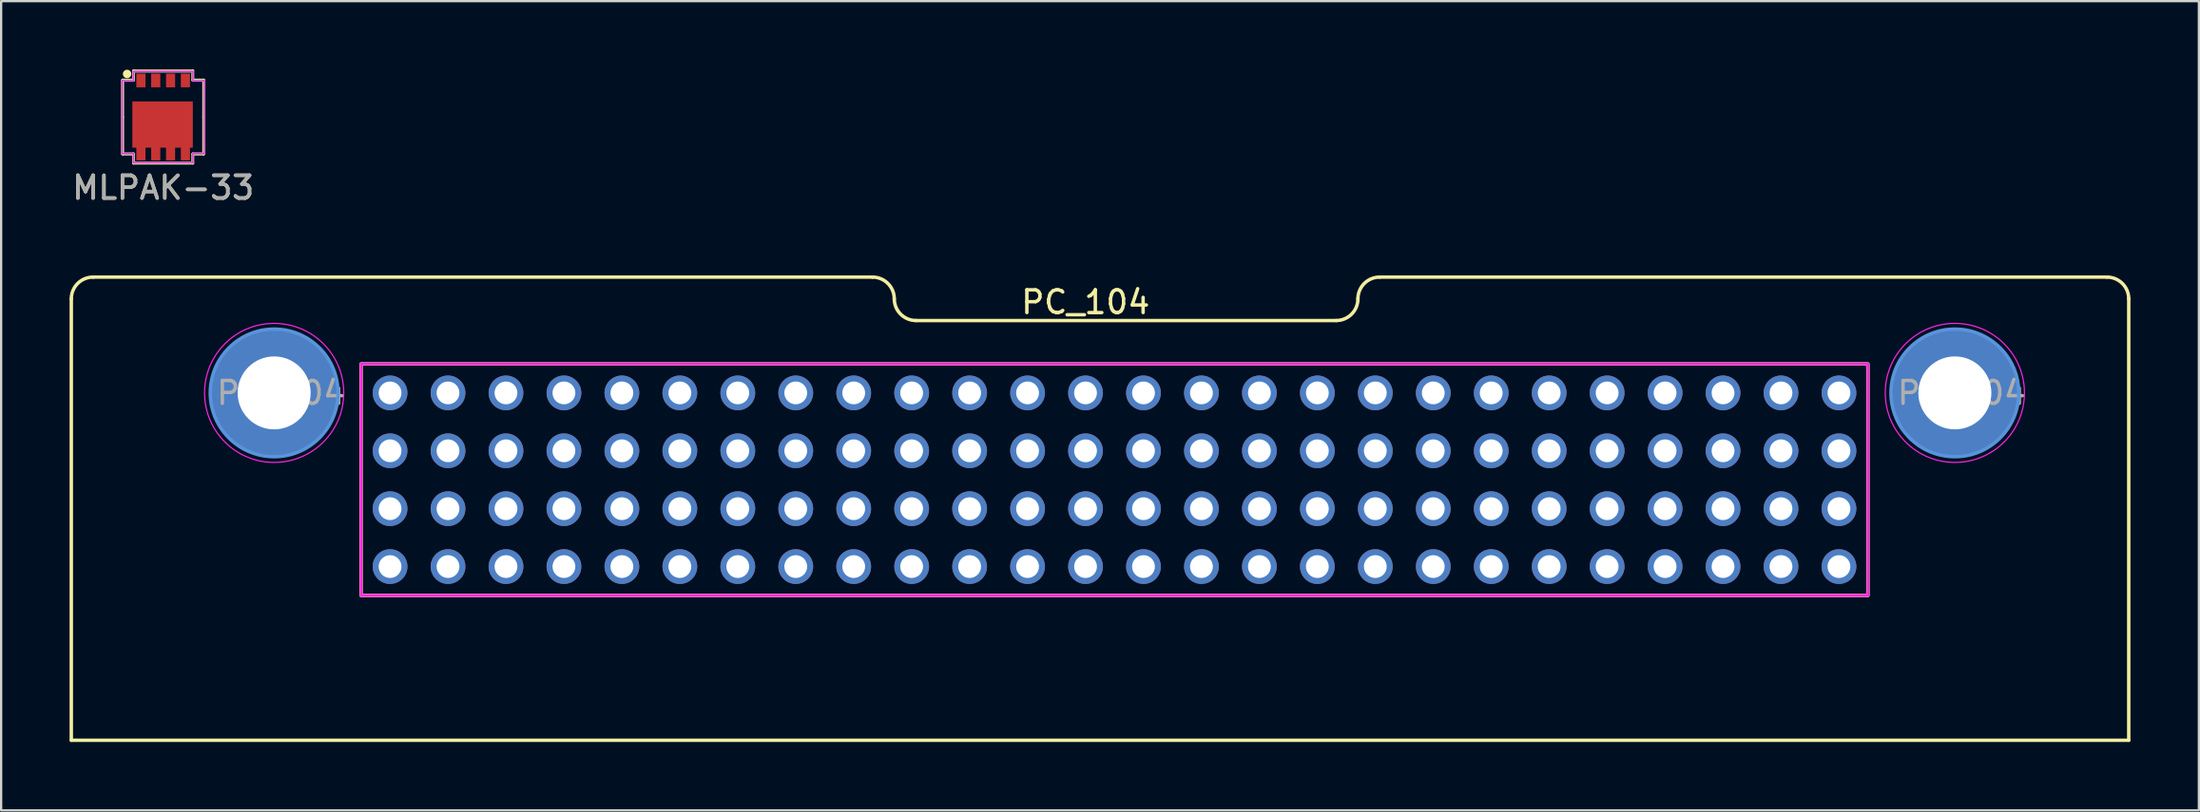
<source format=kicad_pcb>
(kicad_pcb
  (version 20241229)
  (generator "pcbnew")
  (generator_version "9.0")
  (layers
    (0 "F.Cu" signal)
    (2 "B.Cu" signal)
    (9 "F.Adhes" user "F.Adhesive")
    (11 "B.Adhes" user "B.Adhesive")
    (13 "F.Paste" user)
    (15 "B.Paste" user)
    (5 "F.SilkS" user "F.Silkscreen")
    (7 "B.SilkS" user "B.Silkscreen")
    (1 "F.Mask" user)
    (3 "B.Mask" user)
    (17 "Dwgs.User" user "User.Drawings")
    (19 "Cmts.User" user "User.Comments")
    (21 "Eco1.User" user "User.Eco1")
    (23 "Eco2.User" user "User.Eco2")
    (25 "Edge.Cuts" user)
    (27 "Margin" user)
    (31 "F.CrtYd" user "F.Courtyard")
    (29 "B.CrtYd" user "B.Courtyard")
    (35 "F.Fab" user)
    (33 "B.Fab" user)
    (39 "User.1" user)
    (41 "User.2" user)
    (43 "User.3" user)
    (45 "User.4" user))
  (footprint "PC_104"
    (layer "F.Cu")
    (at 47.065 17.998)
    (property "Reference" "PC_104" (at -2.54 -7.79 0) (unlocked yes) (layer "F.SilkS") (effects (font (size 1 1) (thickness 0.15))))
    (attr through_hole)
    (fp_line (start -46.99 -7.938) (end -46.99 11.43) (stroke (width 0.15) (type solid)) (layer "F.SilkS"))
    (fp_line (start -46.99 11.43) (end 43.18 11.43) (stroke (width 0.15) (type solid)) (layer "F.SilkS"))
    (fp_line (start -46.038 -8.89) (end -11.874 -8.89) (stroke (width 0.15) (type solid)) (layer "F.SilkS"))
    (fp_line (start -9.97 -6.985) (end 8.445 -6.985) (stroke (width 0.15) (type solid)) (layer "F.SilkS"))
    (fp_line (start 10.351 -8.89) (end 42.227 -8.89) (stroke (width 0.15) (type solid)) (layer "F.SilkS"))
    (fp_line (start 43.18 -7.938) (end 43.18 11.43) (stroke (width 0.15) (type solid)) (layer "F.SilkS"))
    (fp_rect (start -34.29 -5.08) (end 31.75 5.08) (stroke (width 0.15) (type solid)) (fill no) (layer "F.SilkS"))
    (fp_arc (start -46.99 -7.9375) (mid -46.711019 -8.611019) (end -46.0375 -8.89) (stroke (width 0.15) (type solid)) (layer "F.SilkS"))
    (fp_arc (start -11.8745 -8.89) (mid -11.200981 -8.611019) (end -10.922 -7.9375) (stroke (width 0.15) (type solid)) (layer "F.SilkS"))
    (fp_arc (start -9.9695 -6.985) (mid -10.643019 -7.263981) (end -10.922 -7.9375) (stroke (width 0.15) (type solid)) (layer "F.SilkS"))
    (fp_arc (start 9.398 -7.9375) (mid 9.119019 -7.263981) (end 8.4455 -6.985) (stroke (width 0.15) (type solid)) (layer "F.SilkS"))
    (fp_arc (start 9.398 -7.9375) (mid 9.676981 -8.611019) (end 10.3505 -8.89) (stroke (width 0.15) (type solid)) (layer "F.SilkS"))
    (fp_arc (start 42.2275 -8.89) (mid 42.901019 -8.611019) (end 43.18 -7.9375) (stroke (width 0.15) (type solid)) (layer "F.SilkS"))
    (fp_circle (center -38.1 -3.81) (end -35.3 -3.81) (stroke (width 0.15) (type solid)) (fill no) (layer "Cmts.User"))
    (fp_circle (center 35.56 -3.81) (end 38.36 -3.81) (stroke (width 0.15) (type solid)) (fill no) (layer "Cmts.User"))
    (fp_rect (start -34.29 -5.08) (end 31.75 5.08) (stroke (width 0.12) (type solid)) (fill no) (layer "F.CrtYd"))
    (fp_circle (center -38.1 -3.81) (end -35.05 -3.81) (stroke (width 0.05) (type solid)) (fill no) (layer "F.CrtYd"))
    (fp_circle (center 35.56 -3.81) (end 38.61 -3.81) (stroke (width 0.05) (type solid)) (fill no) (layer "F.CrtYd"))
    (fp_text user "${REFERENCE}" (at -37.8 -3.81 0) (layer "F.Fab") (effects (font (size 1 1) (thickness 0.15))))
    (fp_text user "${REFERENCE}" (at 35.86 -3.81 0) (layer "F.Fab") (effects (font (size 1 1) (thickness 0.15))))
    (pad "1" thru_hole circle (at -33.02 3.81) (size 1.524 1.524) (drill 1) (layers "*.Cu" "*.Mask"))
    (pad "2" thru_hole circle (at -33.02 1.27) (size 1.524 1.524) (drill 1) (layers "*.Cu" "*.Mask"))
    (pad "3" thru_hole circle (at -30.48 3.81) (size 1.524 1.524) (drill 1) (layers "*.Cu" "*.Mask"))
    (pad "4" thru_hole circle (at -30.48 1.27) (size 1.524 1.524) (drill 1) (layers "*.Cu" "*.Mask"))
    (pad "5" thru_hole circle (at -27.94 3.81) (size 1.524 1.524) (drill 1) (layers "*.Cu" "*.Mask"))
    (pad "6" thru_hole circle (at -27.94 1.27) (size 1.524 1.524) (drill 1) (layers "*.Cu" "*.Mask"))
    (pad "7" thru_hole circle (at -25.4 3.81) (size 1.524 1.524) (drill 1) (layers "*.Cu" "*.Mask"))
    (pad "8" thru_hole circle (at -25.4 1.27) (size 1.524 1.524) (drill 1) (layers "*.Cu" "*.Mask"))
    (pad "9" thru_hole circle (at -22.86 3.81) (size 1.524 1.524) (drill 1) (layers "*.Cu" "*.Mask"))
    (pad "10" thru_hole circle (at -22.86 1.27) (size 1.524 1.524) (drill 1) (layers "*.Cu" "*.Mask"))
    (pad "11" thru_hole circle (at -20.32 3.81) (size 1.524 1.524) (drill 1) (layers "*.Cu" "*.Mask"))
    (pad "12" thru_hole circle (at -20.32 1.27) (size 1.524 1.524) (drill 1) (layers "*.Cu" "*.Mask"))
    (pad "13" thru_hole circle (at -17.78 3.81) (size 1.524 1.524) (drill 1) (layers "*.Cu" "*.Mask"))
    (pad "14" thru_hole circle (at -17.78 1.27) (size 1.524 1.524) (drill 1) (layers "*.Cu" "*.Mask"))
    (pad "15" thru_hole circle (at -15.24 3.81) (size 1.524 1.524) (drill 1) (layers "*.Cu" "*.Mask"))
    (pad "16" thru_hole circle (at -15.24 1.27) (size 1.524 1.524) (drill 1) (layers "*.Cu" "*.Mask"))
    (pad "17" thru_hole circle (at -12.7 3.81) (size 1.524 1.524) (drill 1) (layers "*.Cu" "*.Mask"))
    (pad "18" thru_hole circle (at -12.7 1.27) (size 1.524 1.524) (drill 1) (layers "*.Cu" "*.Mask"))
    (pad "19" thru_hole circle (at -10.16 3.81) (size 1.524 1.524) (drill 1) (layers "*.Cu" "*.Mask"))
    (pad "20" thru_hole circle (at -10.16 1.27) (size 1.524 1.524) (drill 1) (layers "*.Cu" "*.Mask"))
    (pad "21" thru_hole circle (at -7.62 3.81) (size 1.524 1.524) (drill 1) (layers "*.Cu" "*.Mask"))
    (pad "22" thru_hole circle (at -7.62 1.27) (size 1.524 1.524) (drill 1) (layers "*.Cu" "*.Mask"))
    (pad "23" thru_hole circle (at -5.08 3.81) (size 1.524 1.524) (drill 1) (layers "*.Cu" "*.Mask"))
    (pad "24" thru_hole circle (at -5.08 1.27) (size 1.524 1.524) (drill 1) (layers "*.Cu" "*.Mask"))
    (pad "25" thru_hole circle (at -2.54 3.81) (size 1.524 1.524) (drill 1) (layers "*.Cu" "*.Mask"))
    (pad "26" thru_hole circle (at -2.54 1.27) (size 1.524 1.524) (drill 1) (layers "*.Cu" "*.Mask"))
    (pad "27" thru_hole circle (at 0 3.81) (size 1.524 1.524) (drill 1) (layers "*.Cu" "*.Mask"))
    (pad "28" thru_hole circle (at 0 1.27) (size 1.524 1.524) (drill 1) (layers "*.Cu" "*.Mask"))
    (pad "29" thru_hole circle (at 2.54 3.81) (size 1.524 1.524) (drill 1) (layers "*.Cu" "*.Mask"))
    (pad "30" thru_hole circle (at 2.54 1.27) (size 1.524 1.524) (drill 1) (layers "*.Cu" "*.Mask"))
    (pad "31" thru_hole circle (at 5.08 3.81) (size 1.524 1.524) (drill 1) (layers "*.Cu" "*.Mask"))
    (pad "32" thru_hole circle (at 5.08 1.27) (size 1.524 1.524) (drill 1) (layers "*.Cu" "*.Mask"))
    (pad "33" thru_hole circle (at 7.62 3.81) (size 1.524 1.524) (drill 1) (layers "*.Cu" "*.Mask"))
    (pad "34" thru_hole circle (at 7.62 1.27) (size 1.524 1.524) (drill 1) (layers "*.Cu" "*.Mask"))
    (pad "35" thru_hole circle (at 10.16 3.81) (size 1.524 1.524) (drill 1) (layers "*.Cu" "*.Mask"))
    (pad "36" thru_hole circle (at 10.16 1.27) (size 1.524 1.524) (drill 1) (layers "*.Cu" "*.Mask"))
    (pad "37" thru_hole circle (at 12.7 3.81) (size 1.524 1.524) (drill 1) (layers "*.Cu" "*.Mask"))
    (pad "38" thru_hole circle (at 12.7 1.27) (size 1.524 1.524) (drill 1) (layers "*.Cu" "*.Mask"))
    (pad "39" thru_hole circle (at 15.24 3.81) (size 1.524 1.524) (drill 1) (layers "*.Cu" "*.Mask"))
    (pad "40" thru_hole circle (at 15.24 1.27) (size 1.524 1.524) (drill 1) (layers "*.Cu" "*.Mask"))
    (pad "41" thru_hole circle (at 17.78 3.81) (size 1.524 1.524) (drill 1) (layers "*.Cu" "*.Mask"))
    (pad "42" thru_hole circle (at 17.78 1.27) (size 1.524 1.524) (drill 1) (layers "*.Cu" "*.Mask"))
    (pad "43" thru_hole circle (at 20.32 3.81) (size 1.524 1.524) (drill 1) (layers "*.Cu" "*.Mask"))
    (pad "44" thru_hole circle (at 20.32 1.27) (size 1.524 1.524) (drill 1) (layers "*.Cu" "*.Mask"))
    (pad "45" thru_hole circle (at 22.86 3.81) (size 1.524 1.524) (drill 1) (layers "*.Cu" "*.Mask"))
    (pad "46" thru_hole circle (at 22.86 1.27) (size 1.524 1.524) (drill 1) (layers "*.Cu" "*.Mask"))
    (pad "47" thru_hole circle (at 25.4 3.81) (size 1.524 1.524) (drill 1) (layers "*.Cu" "*.Mask"))
    (pad "48" thru_hole circle (at 25.4 1.27) (size 1.524 1.524) (drill 1) (layers "*.Cu" "*.Mask"))
    (pad "49" thru_hole circle (at 27.94 3.81) (size 1.524 1.524) (drill 1) (layers "*.Cu" "*.Mask"))
    (pad "50" thru_hole circle (at 27.94 1.27) (size 1.524 1.524) (drill 1) (layers "*.Cu" "*.Mask"))
    (pad "51" thru_hole circle (at 30.48 3.81) (size 1.524 1.524) (drill 1) (layers "*.Cu" "*.Mask"))
    (pad "52" thru_hole circle (at 30.48 1.27) (size 1.524 1.524) (drill 1) (layers "*.Cu" "*.Mask"))
    (pad "53" thru_hole circle (at -33.02 -1.27) (size 1.524 1.524) (drill 1) (layers "*.Cu" "*.Mask"))
    (pad "54" thru_hole circle (at -33.02 -3.81) (size 1.524 1.524) (drill 1) (layers "*.Cu" "*.Mask"))
    (pad "55" thru_hole circle (at -30.48 -1.27) (size 1.524 1.524) (drill 1) (layers "*.Cu" "*.Mask"))
    (pad "56" thru_hole circle (at -30.48 -3.81) (size 1.524 1.524) (drill 1) (layers "*.Cu" "*.Mask"))
    (pad "57" thru_hole circle (at -27.94 -1.27) (size 1.524 1.524) (drill 1) (layers "*.Cu" "*.Mask"))
    (pad "58" thru_hole circle (at -27.94 -3.81) (size 1.524 1.524) (drill 1) (layers "*.Cu" "*.Mask"))
    (pad "59" thru_hole circle (at -25.4 -1.27) (size 1.524 1.524) (drill 1) (layers "*.Cu" "*.Mask"))
    (pad "60" thru_hole circle (at -25.4 -3.81) (size 1.524 1.524) (drill 1) (layers "*.Cu" "*.Mask"))
    (pad "61" thru_hole circle (at -22.86 -1.27) (size 1.524 1.524) (drill 1) (layers "*.Cu" "*.Mask"))
    (pad "62" thru_hole circle (at -22.86 -3.81) (size 1.524 1.524) (drill 1) (layers "*.Cu" "*.Mask"))
    (pad "63" thru_hole circle (at -20.32 -1.27) (size 1.524 1.524) (drill 1) (layers "*.Cu" "*.Mask"))
    (pad "64" thru_hole circle (at -20.32 -3.81) (size 1.524 1.524) (drill 1) (layers "*.Cu" "*.Mask"))
    (pad "65" thru_hole circle (at -17.78 -1.27) (size 1.524 1.524) (drill 1) (layers "*.Cu" "*.Mask"))
    (pad "66" thru_hole circle (at -17.78 -3.81) (size 1.524 1.524) (drill 1) (layers "*.Cu" "*.Mask"))
    (pad "67" thru_hole circle (at -15.24 -1.27) (size 1.524 1.524) (drill 1) (layers "*.Cu" "*.Mask"))
    (pad "68" thru_hole circle (at -15.24 -3.81) (size 1.524 1.524) (drill 1) (layers "*.Cu" "*.Mask"))
    (pad "69" thru_hole circle (at -12.7 -1.27) (size 1.524 1.524) (drill 1) (layers "*.Cu" "*.Mask"))
    (pad "70" thru_hole circle (at -12.7 -3.81) (size 1.524 1.524) (drill 1) (layers "*.Cu" "*.Mask"))
    (pad "71" thru_hole circle (at -10.16 -1.27) (size 1.524 1.524) (drill 1) (layers "*.Cu" "*.Mask"))
    (pad "72" thru_hole circle (at -10.16 -3.81) (size 1.524 1.524) (drill 1) (layers "*.Cu" "*.Mask"))
    (pad "73" thru_hole circle (at -7.62 -1.27) (size 1.524 1.524) (drill 1) (layers "*.Cu" "*.Mask"))
    (pad "74" thru_hole circle (at -7.62 -3.81) (size 1.524 1.524) (drill 1) (layers "*.Cu" "*.Mask"))
    (pad "75" thru_hole circle (at -5.08 -1.27) (size 1.524 1.524) (drill 1) (layers "*.Cu" "*.Mask"))
    (pad "76" thru_hole circle (at -5.08 -3.81) (size 1.524 1.524) (drill 1) (layers "*.Cu" "*.Mask"))
    (pad "77" thru_hole circle (at -2.54 -1.27) (size 1.524 1.524) (drill 1) (layers "*.Cu" "*.Mask"))
    (pad "78" thru_hole circle (at -2.54 -3.81) (size 1.524 1.524) (drill 1) (layers "*.Cu" "*.Mask"))
    (pad "79" thru_hole circle (at 0 -1.27) (size 1.524 1.524) (drill 1) (layers "*.Cu" "*.Mask"))
    (pad "80" thru_hole circle (at 0 -3.81) (size 1.524 1.524) (drill 1) (layers "*.Cu" "*.Mask"))
    (pad "81" thru_hole circle (at 2.54 -1.27) (size 1.524 1.524) (drill 1) (layers "*.Cu" "*.Mask"))
    (pad "82" thru_hole circle (at 2.54 -3.81) (size 1.524 1.524) (drill 1) (layers "*.Cu" "*.Mask"))
    (pad "83" thru_hole circle (at 5.08 -1.27) (size 1.524 1.524) (drill 1) (layers "*.Cu" "*.Mask"))
    (pad "84" thru_hole circle (at 5.08 -3.81) (size 1.524 1.524) (drill 1) (layers "*.Cu" "*.Mask"))
    (pad "85" thru_hole circle (at 7.62 -1.27) (size 1.524 1.524) (drill 1) (layers "*.Cu" "*.Mask"))
    (pad "86" thru_hole circle (at 7.62 -3.81) (size 1.524 1.524) (drill 1) (layers "*.Cu" "*.Mask"))
    (pad "87" thru_hole circle (at 10.16 -1.27) (size 1.524 1.524) (drill 1) (layers "*.Cu" "*.Mask"))
    (pad "88" thru_hole circle (at 10.16 -3.81) (size 1.524 1.524) (drill 1) (layers "*.Cu" "*.Mask"))
    (pad "89" thru_hole circle (at 12.7 -1.27) (size 1.524 1.524) (drill 1) (layers "*.Cu" "*.Mask"))
    (pad "90" thru_hole circle (at 12.7 -3.81) (size 1.524 1.524) (drill 1) (layers "*.Cu" "*.Mask"))
    (pad "91" thru_hole circle (at 15.24 -1.27) (size 1.524 1.524) (drill 1) (layers "*.Cu" "*.Mask"))
    (pad "92" thru_hole circle (at 15.24 -3.81) (size 1.524 1.524) (drill 1) (layers "*.Cu" "*.Mask"))
    (pad "93" thru_hole circle (at 17.78 -1.27) (size 1.524 1.524) (drill 1) (layers "*.Cu" "*.Mask"))
    (pad "94" thru_hole circle (at 17.78 -3.81) (size 1.524 1.524) (drill 1) (layers "*.Cu" "*.Mask"))
    (pad "95" thru_hole circle (at 20.32 -1.27) (size 1.524 1.524) (drill 1) (layers "*.Cu" "*.Mask"))
    (pad "96" thru_hole circle (at 20.32 -3.81) (size 1.524 1.524) (drill 1) (layers "*.Cu" "*.Mask"))
    (pad "97" thru_hole circle (at 22.86 -1.27) (size 1.524 1.524) (drill 1) (layers "*.Cu" "*.Mask"))
    (pad "98" thru_hole circle (at 22.86 -3.81) (size 1.524 1.524) (drill 1) (layers "*.Cu" "*.Mask"))
    (pad "99" thru_hole circle (at 25.4 -1.27) (size 1.524 1.524) (drill 1) (layers "*.Cu" "*.Mask"))
    (pad "100" thru_hole circle (at 25.4 -3.81) (size 1.524 1.524) (drill 1) (layers "*.Cu" "*.Mask"))
    (pad "101" thru_hole circle (at 27.94 -1.27) (size 1.524 1.524) (drill 1) (layers "*.Cu" "*.Mask"))
    (pad "102" thru_hole circle (at 27.94 -3.81) (size 1.524 1.524) (drill 1) (layers "*.Cu" "*.Mask"))
    (pad "103" thru_hole circle (at 30.48 -1.27) (size 1.524 1.524) (drill 1) (layers "*.Cu" "*.Mask"))
    (pad "104" thru_hole circle (at 30.48 -3.81) (size 1.524 1.524) (drill 1) (layers "*.Cu" "*.Mask"))
    (pad "105" thru_hole circle (at -38.1 -3.81) (size 5.6 5.6) (drill 3.2) (layers "*.Cu" "*.Mask"))
    (pad "106" thru_hole circle (at 35.56 -3.81) (size 5.6 5.6) (drill 3.2) (layers "*.Cu" "*.Mask")))
  (footprint "MLPAK-33"
    (layer "F.Cu")
    (at 4.101 2.085)
    (property "Reference" "MLPAK-33" (at 0 3.1 0) (unlocked yes) (layer "F.SilkS") (effects (font (size 1 1) (thickness 0.15))))
    (attr smd)
    (fp_line (start -1.775 -1.625) (end -1.775 0) (stroke (width 0.12) (type solid)) (layer "F.SilkS"))
    (fp_line (start -1.775 1.625) (end -1.775 0) (stroke (width 0.12) (type solid)) (layer "F.SilkS"))
    (fp_line (start -1.3 -2.025) (end -1.3 -1.625) (stroke (width 0.12) (type solid)) (layer "F.SilkS"))
    (fp_line (start -1.3 -1.625) (end -1.775 -1.625) (stroke (width 0.12) (type solid)) (layer "F.SilkS"))
    (fp_line (start -1.3 1.625) (end -1.775 1.625) (stroke (width 0.12) (type solid)) (layer "F.SilkS"))
    (fp_line (start -1.3 2.025) (end -1.3 1.625) (stroke (width 0.12) (type solid)) (layer "F.SilkS"))
    (fp_line (start 1.3 -2.025) (end -1.3 -2.025) (stroke (width 0.12) (type solid)) (layer "F.SilkS"))
    (fp_line (start 1.3 -2.025) (end 1.3 -1.625) (stroke (width 0.12) (type solid)) (layer "F.SilkS"))
    (fp_line (start 1.3 -1.625) (end 1.775 -1.625) (stroke (width 0.12) (type solid)) (layer "F.SilkS"))
    (fp_line (start 1.3 1.625) (end 1.775 1.625) (stroke (width 0.12) (type solid)) (layer "F.SilkS"))
    (fp_line (start 1.3 2.025) (end -1.3 2.025) (stroke (width 0.12) (type solid)) (layer "F.SilkS"))
    (fp_line (start 1.3 2.025) (end 1.3 1.625) (stroke (width 0.12) (type solid)) (layer "F.SilkS"))
    (fp_line (start 1.775 -1.625) (end 1.775 0) (stroke (width 0.12) (type solid)) (layer "F.SilkS"))
    (fp_line (start 1.775 1.625) (end 1.775 0) (stroke (width 0.12) (type solid)) (layer "F.SilkS"))
    (fp_circle (center -1.58 -1.89) (end -1.455 -1.89) (stroke (width 0.12) (type solid)) (fill yes) (layer "F.SilkS"))
    (fp_line (start -1.8 -1.6) (end -1.3 -1.6) (stroke (width 0.05) (type solid)) (layer "F.CrtYd"))
    (fp_line (start -1.8 1.6) (end -1.8 -1.6) (stroke (width 0.05) (type solid)) (layer "F.CrtYd"))
    (fp_line (start -1.3 -2) (end 1.3 -2) (stroke (width 0.05) (type solid)) (layer "F.CrtYd"))
    (fp_line (start -1.3 -1.6) (end -1.3 -2) (stroke (width 0.05) (type solid)) (layer "F.CrtYd"))
    (fp_line (start -1.3 1.6) (end -1.8 1.6) (stroke (width 0.05) (type solid)) (layer "F.CrtYd"))
    (fp_line (start -1.3 2) (end -1.3 1.6) (stroke (width 0.05) (type solid)) (layer "F.CrtYd"))
    (fp_line (start 1.3 -2) (end 1.3 -1.6) (stroke (width 0.05) (type solid)) (layer "F.CrtYd"))
    (fp_line (start 1.3 -1.6) (end 1.8 -1.6) (stroke (width 0.05) (type solid)) (layer "F.CrtYd"))
    (fp_line (start 1.3 1.6) (end 1.3 2) (stroke (width 0.05) (type solid)) (layer "F.CrtYd"))
    (fp_line (start 1.3 2) (end -1.3 2) (stroke (width 0.05) (type solid)) (layer "F.CrtYd"))
    (fp_line (start 1.8 -1.6) (end 1.8 1.6) (stroke (width 0.05) (type solid)) (layer "F.CrtYd"))
    (fp_line (start 1.8 1.6) (end 1.3 1.6) (stroke (width 0.05) (type solid)) (layer "F.CrtYd"))
    (fp_line (start -1.8 -1.6) (end -1.3 -1.6) (stroke (width 0.1) (type solid)) (layer "F.Fab"))
    (fp_line (start -1.8 1.6) (end -1.8 -1.6) (stroke (width 0.1) (type solid)) (layer "F.Fab"))
    (fp_line (start -1.3 -2) (end 1.3 -2) (stroke (width 0.1) (type solid)) (layer "F.Fab"))
    (fp_line (start -1.3 -1.6) (end -1.3 -2) (stroke (width 0.1) (type solid)) (layer "F.Fab"))
    (fp_line (start -1.3 1.6) (end -1.8 1.6) (stroke (width 0.1) (type solid)) (layer "F.Fab"))
    (fp_line (start -1.3 2) (end -1.3 1.6) (stroke (width 0.1) (type solid)) (layer "F.Fab"))
    (fp_line (start 1.3 -2) (end 1.3 -1.6) (stroke (width 0.1) (type solid)) (layer "F.Fab"))
    (fp_line (start 1.3 -1.6) (end 1.8 -1.6) (stroke (width 0.1) (type solid)) (layer "F.Fab"))
    (fp_line (start 1.3 1.6) (end 1.3 2) (stroke (width 0.1) (type solid)) (layer "F.Fab"))
    (fp_line (start 1.3 2) (end -1.3 2) (stroke (width 0.1) (type solid)) (layer "F.Fab"))
    (fp_line (start 1.8 -1.6) (end 1.8 1.6) (stroke (width 0.1) (type solid)) (layer "F.Fab"))
    (fp_line (start 1.8 1.6) (end 1.3 1.6) (stroke (width 0.1) (type solid)) (layer "F.Fab"))
    (fp_text user "${REFERENCE}" (at 0 3.1 0) (unlocked yes) (layer "F.Fab") (effects (font (size 1 1) (thickness 0.15))))
    (pad "1" smd rect (at 0.975 -1.605 180) (size 0.4 0.6) (layers "F.Cu" "F.Mask" "F.Paste"))
    (pad "2" smd rect (at 0.325 -1.605 180) (size 0.4 0.6) (layers "F.Cu" "F.Mask" "F.Paste"))
    (pad "3" smd rect (at -0.325 -1.605 180) (size 0.4 0.6) (layers "F.Cu" "F.Mask" "F.Paste"))
    (pad "4" smd rect (at -0.975 -1.605 180) (size 0.4 0.6) (layers "F.Cu" "F.Mask" "F.Paste"))
    (pad "5" smd rect (at -0.975 1.6 180) (size 0.4 0.6) (layers "F.Cu" "F.Mask" "F.Paste"))
    (pad "5" smd rect (at -0.325 1.6 180) (size 0.4 0.6) (layers "F.Cu" "F.Mask" "F.Paste"))
    (pad "5" smd rect (at -0.025 0.33 180) (size 2.65 2.03) (layers "F.Cu" "F.Mask" "F.Paste"))
    (pad "5" smd rect (at 0.325 1.6 180) (size 0.4 0.6) (layers "F.Cu" "F.Mask" "F.Paste"))
    (pad "5" smd rect (at 0.975 1.6 180) (size 0.4 0.6) (layers "F.Cu" "F.Mask" "F.Paste")))
  (gr_rect
    (start -3 -3)
    (end 93.32 32.503)
    (stroke (width 0.1) (type default))
    (fill no)
    (layer "Edge.Cuts")))
</source>
